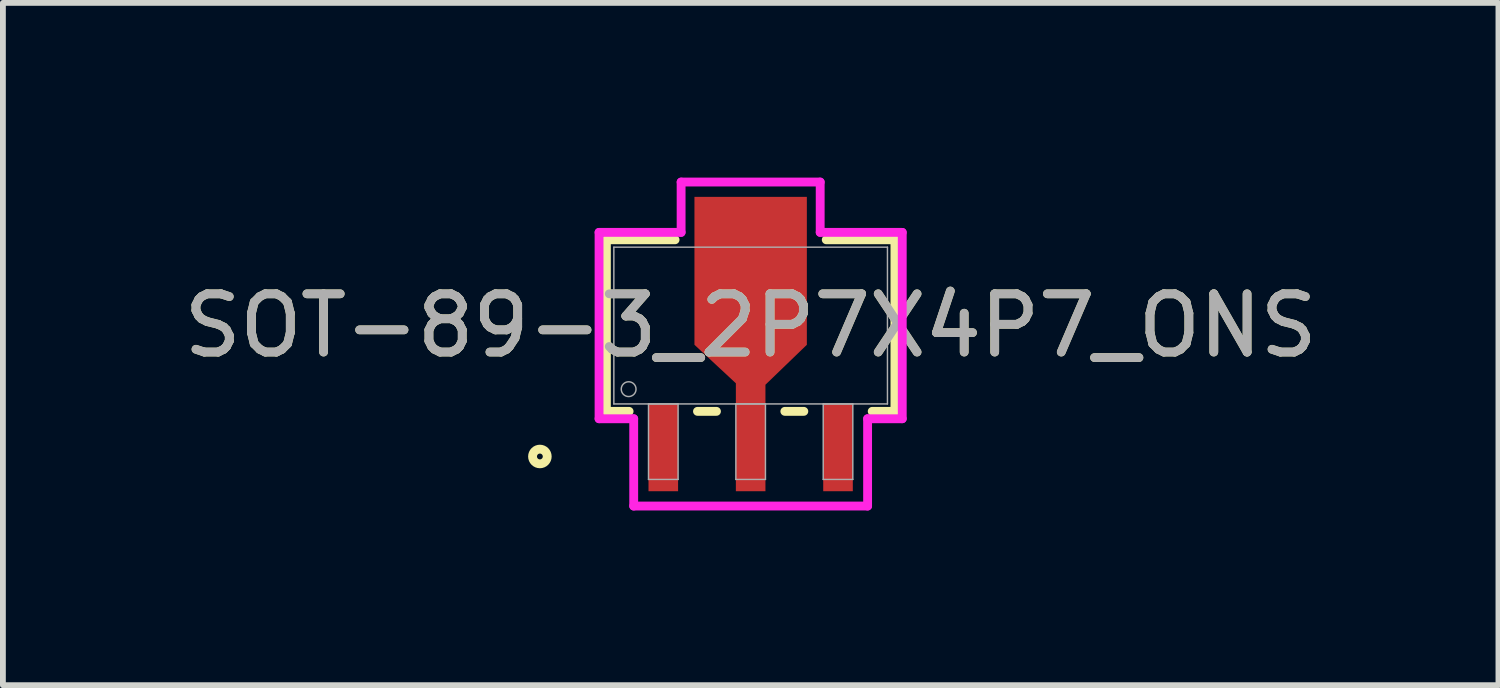
<source format=kicad_pcb>
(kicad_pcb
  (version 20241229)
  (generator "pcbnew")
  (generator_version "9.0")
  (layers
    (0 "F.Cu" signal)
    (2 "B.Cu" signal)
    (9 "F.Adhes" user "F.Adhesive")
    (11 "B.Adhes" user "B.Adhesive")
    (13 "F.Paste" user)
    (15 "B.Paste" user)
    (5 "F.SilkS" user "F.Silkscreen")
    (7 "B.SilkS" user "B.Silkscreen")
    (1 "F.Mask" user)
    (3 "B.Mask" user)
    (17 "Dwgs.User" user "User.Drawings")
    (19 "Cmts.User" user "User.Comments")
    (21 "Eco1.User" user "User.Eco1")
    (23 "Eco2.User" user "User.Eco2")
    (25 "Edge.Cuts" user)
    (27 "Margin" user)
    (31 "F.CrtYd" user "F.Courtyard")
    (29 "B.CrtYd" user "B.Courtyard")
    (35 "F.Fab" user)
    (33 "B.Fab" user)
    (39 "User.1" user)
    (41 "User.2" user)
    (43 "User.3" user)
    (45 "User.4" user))
  (footprint "SOT-89-3_2P7X4P7_ONS"
    (layer "F.Cu")
    (at 9.839 2.54)
    (property "Reference" "SOT-89-3_2P7X4P7_ONS" (at 0 0 0) (unlocked yes) (layer "F.SilkS") (effects (font (size 1 1) (thickness 0.15))))
    (attr smd)
    (fp_poly (pts (xy -0.254 1.346) (xy -0.254 0.991) (xy -0.965 0.33) (xy -0.965 -2.21) (xy 0.965 -2.21) (xy 0.965 0.33) (xy 0.254 1.016) (xy 0.254 1.346)) (stroke (width 0) (type solid)) (fill yes) (layer "F.Cu"))
    (fp_poly (pts (xy -0.254 1.346) (xy -0.254 0.991) (xy -0.94 0.305) (xy -0.94 -2.057) (xy 0.94 -2.057) (xy 0.94 0.305) (xy 0.254 0.991) (xy 0.254 1.346)) (stroke (width 0) (type solid)) (fill yes) (layer "F.Mask"))
    (fp_line (start -2.477 -1.473) (end -2.477 1.473) (stroke (width 0.152) (type solid)) (layer "F.SilkS"))
    (fp_line (start -2.477 1.473) (end -2.087 1.473) (stroke (width 0.152) (type solid)) (layer "F.SilkS"))
    (fp_line (start -1.298 -1.473) (end -2.477 -1.473) (stroke (width 0.152) (type solid)) (layer "F.SilkS"))
    (fp_line (start -0.913 1.473) (end -0.587 1.473) (stroke (width 0.152) (type solid)) (layer "F.SilkS"))
    (fp_line (start 0.587 1.473) (end 0.913 1.473) (stroke (width 0.152) (type solid)) (layer "F.SilkS"))
    (fp_line (start 2.087 1.473) (end 2.477 1.473) (stroke (width 0.152) (type solid)) (layer "F.SilkS"))
    (fp_line (start 2.477 -1.473) (end 1.298 -1.473) (stroke (width 0.152) (type solid)) (layer "F.SilkS"))
    (fp_line (start 2.477 1.473) (end 2.477 -1.473) (stroke (width 0.152) (type solid)) (layer "F.SilkS"))
    (fp_circle (center -3.619 2.248) (end -3.493 2.248) (stroke (width 0.152) (type solid)) (fill no) (layer "F.SilkS"))
    (fp_poly (pts (xy -0.254 1.346) (xy -0.254 0.991) (xy -0.94 0.305) (xy -0.94 -2.057) (xy 0.94 -2.057) (xy 0.94 0.305) (xy 0.254 0.991) (xy 0.254 1.346)) (stroke (width 0) (type solid)) (fill yes) (layer "F.Paste"))
    (fp_line (start -2.603 -1.6) (end -1.194 -1.6) (stroke (width 0.152) (type solid)) (layer "F.CrtYd"))
    (fp_line (start -2.603 1.6) (end -2.603 -1.6) (stroke (width 0.152) (type solid)) (layer "F.CrtYd"))
    (fp_line (start -2.008 1.6) (end -2.603 1.6) (stroke (width 0.152) (type solid)) (layer "F.CrtYd"))
    (fp_line (start -2.008 3.099) (end -2.008 1.6) (stroke (width 0.152) (type solid)) (layer "F.CrtYd"))
    (fp_line (start -1.194 -2.464) (end 1.194 -2.464) (stroke (width 0.152) (type solid)) (layer "F.CrtYd"))
    (fp_line (start -1.194 -1.6) (end -1.194 -2.464) (stroke (width 0.152) (type solid)) (layer "F.CrtYd"))
    (fp_line (start 1.194 -2.464) (end 1.194 -1.6) (stroke (width 0.152) (type solid)) (layer "F.CrtYd"))
    (fp_line (start 1.194 -1.6) (end 2.603 -1.6) (stroke (width 0.152) (type solid)) (layer "F.CrtYd"))
    (fp_line (start 2.008 1.6) (end 2.008 3.099) (stroke (width 0.152) (type solid)) (layer "F.CrtYd"))
    (fp_line (start 2.008 3.099) (end -2.008 3.099) (stroke (width 0.152) (type solid)) (layer "F.CrtYd"))
    (fp_line (start 2.603 -1.6) (end 2.603 1.6) (stroke (width 0.152) (type solid)) (layer "F.CrtYd"))
    (fp_line (start 2.603 1.6) (end 2.008 1.6) (stroke (width 0.152) (type solid)) (layer "F.CrtYd"))
    (fp_line (start -2.349 -1.346) (end -2.349 1.346) (stroke (width 0.025) (type solid)) (layer "F.Fab"))
    (fp_line (start -2.349 1.346) (end 2.349 1.346) (stroke (width 0.025) (type solid)) (layer "F.Fab"))
    (fp_line (start -1.754 1.346) (end -1.754 2.642) (stroke (width 0.025) (type solid)) (layer "F.Fab"))
    (fp_line (start -1.754 2.642) (end -1.246 2.642) (stroke (width 0.025) (type solid)) (layer "F.Fab"))
    (fp_line (start -1.246 1.346) (end -1.754 1.346) (stroke (width 0.025) (type solid)) (layer "F.Fab"))
    (fp_line (start -1.246 2.642) (end -1.246 1.346) (stroke (width 0.025) (type solid)) (layer "F.Fab"))
    (fp_line (start -0.254 1.346) (end -0.254 2.642) (stroke (width 0.025) (type solid)) (layer "F.Fab"))
    (fp_line (start -0.254 2.642) (end 0.254 2.642) (stroke (width 0.025) (type solid)) (layer "F.Fab"))
    (fp_line (start 0.254 1.346) (end -0.254 1.346) (stroke (width 0.025) (type solid)) (layer "F.Fab"))
    (fp_line (start 0.254 2.642) (end 0.254 1.346) (stroke (width 0.025) (type solid)) (layer "F.Fab"))
    (fp_line (start 1.246 1.346) (end 1.246 2.642) (stroke (width 0.025) (type solid)) (layer "F.Fab"))
    (fp_line (start 1.246 2.642) (end 1.754 2.642) (stroke (width 0.025) (type solid)) (layer "F.Fab"))
    (fp_line (start 1.754 1.346) (end 1.246 1.346) (stroke (width 0.025) (type solid)) (layer "F.Fab"))
    (fp_line (start 1.754 2.642) (end 1.754 1.346) (stroke (width 0.025) (type solid)) (layer "F.Fab"))
    (fp_line (start 2.349 -1.346) (end -2.349 -1.346) (stroke (width 0.025) (type solid)) (layer "F.Fab"))
    (fp_line (start 2.349 1.346) (end 2.349 -1.346) (stroke (width 0.025) (type solid)) (layer "F.Fab"))
    (fp_circle (center -2.095 1.092) (end -1.968 1.092) (stroke (width 0.025) (type solid)) (fill no) (layer "F.Fab"))
    (fp_text user "${REFERENCE}" (at 0 0 0) (unlocked yes) (layer "F.Fab") (effects (font (size 1 1) (thickness 0.15))))
    (pad "1" smd rect (at -1.5 2.095) (size 0.508 1.499) (layers "F.Cu" "F.Mask" "F.Paste"))
    (pad "2" smd rect (at 0 2.095) (size 0.508 1.499) (layers "F.Cu" "F.Mask" "F.Paste"))
    (pad "3" smd rect (at 1.5 2.095) (size 0.508 1.499) (layers "F.Cu" "F.Mask" "F.Paste")))
  (gr_rect
    (start -3 -3)
    (end 22.679 8.715)
    (stroke (width 0.1) (type default))
    (fill no)
    (layer "Edge.Cuts")))
</source>
